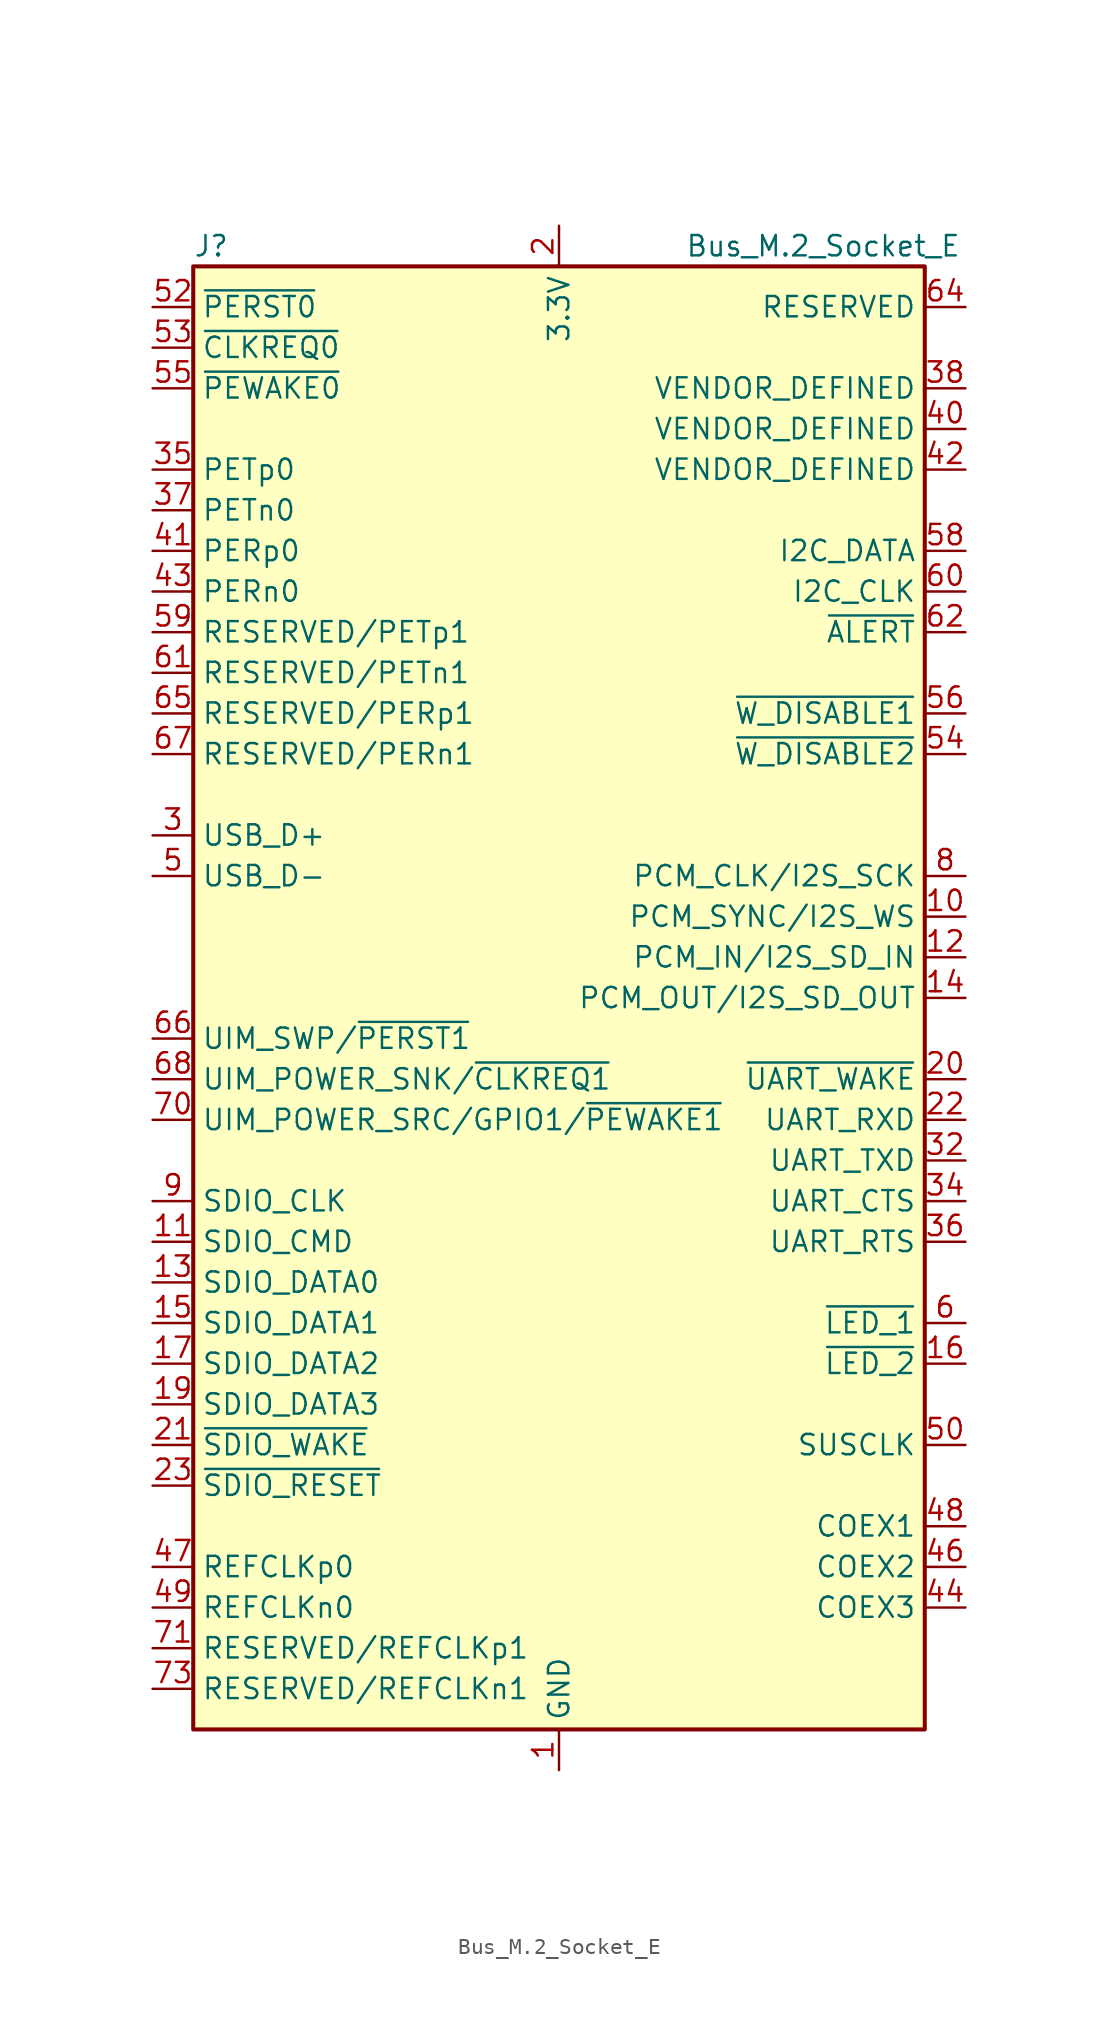
<source format=kicad_sym>
(kicad_symbol_lib
  (version 20220914)
  (generator kicad_symbol_editor)
  (symbol "Bus_M.2_Socket_E"
    (property "Reference" "J"
      (at -22.86 46.99 0)
      (effects (font (size 1.27 1.27)) (justify left)))
    (property "Value" "Bus_M.2_Socket_E"
      (at 16.51 46.99 0)
      (effects (font (size 1.27 1.27))))
    (symbol "Bus_M.2_Socket_E_0_1"
      (rectangle (start -22.86 45.72) (end 22.86 -45.72) (stroke (width 0.254) (type solid)) (fill (type background))))
    (symbol "Bus_M.2_Socket_E_1_1"
      (pin power_in line (at 0 -48.26 90) (length 2.54) (name "GND" (effects (font (size 1.27 1.27)))) (number "1" (effects (font (size 1.27 1.27)))))
      (pin bidirectional line (at 25.4 5.08 180) (length 2.54) (name "PCM_SYNC/I2S_WS" (effects (font (size 1.27 1.27)))) (number "10" (effects (font (size 1.27 1.27)))))
      (pin bidirectional line (at -25.4 -15.24 0) (length 2.54) (name "SDIO_CMD" (effects (font (size 1.27 1.27)))) (number "11" (effects (font (size 1.27 1.27)))))
      (pin input line (at 25.4 2.54 180) (length 2.54) (name "PCM_IN/I2S_SD_IN" (effects (font (size 1.27 1.27)))) (number "12" (effects (font (size 1.27 1.27)))))
      (pin bidirectional line (at -25.4 -17.78 0) (length 2.54) (name "SDIO_DATA0" (effects (font (size 1.27 1.27)))) (number "13" (effects (font (size 1.27 1.27)))))
      (pin output line (at 25.4 0 180) (length 2.54) (name "PCM_OUT/I2S_SD_OUT" (effects (font (size 1.27 1.27)))) (number "14" (effects (font (size 1.27 1.27)))))
      (pin bidirectional line (at -25.4 -20.32 0) (length 2.54) (name "SDIO_DATA1" (effects (font (size 1.27 1.27)))) (number "15" (effects (font (size 1.27 1.27)))))
      (pin open_collector line (at 25.4 -22.86 180) (length 2.54) (name "~{LED_2}" (effects (font (size 1.27 1.27)))) (number "16" (effects (font (size 1.27 1.27)))))
      (pin bidirectional line (at -25.4 -22.86 0) (length 2.54) (name "SDIO_DATA2" (effects (font (size 1.27 1.27)))) (number "17" (effects (font (size 1.27 1.27)))))
      (pin passive line (at 0 -48.26 90) (length 2.54) hide (name "GND" (effects (font (size 1.27 1.27)))) (number "18" (effects (font (size 1.27 1.27)))))
      (pin bidirectional line (at -25.4 -25.4 0) (length 2.54) (name "SDIO_DATA3" (effects (font (size 1.27 1.27)))) (number "19" (effects (font (size 1.27 1.27)))))
      (pin power_in line (at 0 48.26 270) (length 2.54) (name "3.3V" (effects (font (size 1.27 1.27)))) (number "2" (effects (font (size 1.27 1.27)))))
      (pin input line (at 25.4 -5.08 180) (length 2.54) (name "~{UART_WAKE}" (effects (font (size 1.27 1.27)))) (number "20" (effects (font (size 1.27 1.27)))))
      (pin input line (at -25.4 -27.94 0) (length 2.54) (name "~{SDIO_WAKE}" (effects (font (size 1.27 1.27)))) (number "21" (effects (font (size 1.27 1.27)))))
      (pin input line (at 25.4 -7.62 180) (length 2.54) (name "UART_RXD" (effects (font (size 1.27 1.27)))) (number "22" (effects (font (size 1.27 1.27)))))
      (pin output line (at -25.4 -30.48 0) (length 2.54) (name "~{SDIO_RESET}" (effects (font (size 1.27 1.27)))) (number "23" (effects (font (size 1.27 1.27)))))
      (pin bidirectional line (at -25.4 10.16 0) (length 2.54) (name "USB_D+" (effects (font (size 1.27 1.27)))) (number "3" (effects (font (size 1.27 1.27)))))
      (pin output line (at 25.4 -10.16 180) (length 2.54) (name "UART_TXD" (effects (font (size 1.27 1.27)))) (number "32" (effects (font (size 1.27 1.27)))))
      (pin passive line (at 0 -48.26 90) (length 2.54) hide (name "GND" (effects (font (size 1.27 1.27)))) (number "33" (effects (font (size 1.27 1.27)))))
      (pin input line (at 25.4 -12.7 180) (length 2.54) (name "UART_CTS" (effects (font (size 1.27 1.27)))) (number "34" (effects (font (size 1.27 1.27)))))
      (pin output line (at -25.4 33.02 0) (length 2.54) (name "PETp0" (effects (font (size 1.27 1.27)))) (number "35" (effects (font (size 1.27 1.27)))))
      (pin output line (at 25.4 -15.24 180) (length 2.54) (name "UART_RTS" (effects (font (size 1.27 1.27)))) (number "36" (effects (font (size 1.27 1.27)))))
      (pin output line (at -25.4 30.48 0) (length 2.54) (name "PETn0" (effects (font (size 1.27 1.27)))) (number "37" (effects (font (size 1.27 1.27)))))
      (pin passive line (at 25.4 38.1 180) (length 2.54) (name "VENDOR_DEFINED" (effects (font (size 1.27 1.27)))) (number "38" (effects (font (size 1.27 1.27)))))
      (pin passive line (at 0 -48.26 90) (length 2.54) hide (name "GND" (effects (font (size 1.27 1.27)))) (number "39" (effects (font (size 1.27 1.27)))))
      (pin passive line (at 0 48.26 270) (length 2.54) hide (name "3.3V" (effects (font (size 1.27 1.27)))) (number "4" (effects (font (size 1.27 1.27)))))
      (pin passive line (at 25.4 35.56 180) (length 2.54) (name "VENDOR_DEFINED" (effects (font (size 1.27 1.27)))) (number "40" (effects (font (size 1.27 1.27)))))
      (pin input line (at -25.4 27.94 0) (length 2.54) (name "PERp0" (effects (font (size 1.27 1.27)))) (number "41" (effects (font (size 1.27 1.27)))))
      (pin passive line (at 25.4 33.02 180) (length 2.54) (name "VENDOR_DEFINED" (effects (font (size 1.27 1.27)))) (number "42" (effects (font (size 1.27 1.27)))))
      (pin input line (at -25.4 25.4 0) (length 2.54) (name "PERn0" (effects (font (size 1.27 1.27)))) (number "43" (effects (font (size 1.27 1.27)))))
      (pin bidirectional line (at 25.4 -38.1 180) (length 2.54) (name "COEX3" (effects (font (size 1.27 1.27)))) (number "44" (effects (font (size 1.27 1.27)))))
      (pin passive line (at 0 -48.26 90) (length 2.54) hide (name "GND" (effects (font (size 1.27 1.27)))) (number "45" (effects (font (size 1.27 1.27)))))
      (pin bidirectional line (at 25.4 -35.56 180) (length 2.54) (name "COEX2" (effects (font (size 1.27 1.27)))) (number "46" (effects (font (size 1.27 1.27)))))
      (pin output line (at -25.4 -35.56 0) (length 2.54) (name "REFCLKp0" (effects (font (size 1.27 1.27)))) (number "47" (effects (font (size 1.27 1.27)))))
      (pin bidirectional line (at 25.4 -33.02 180) (length 2.54) (name "COEX1" (effects (font (size 1.27 1.27)))) (number "48" (effects (font (size 1.27 1.27)))))
      (pin output line (at -25.4 -38.1 0) (length 2.54) (name "REFCLKn0" (effects (font (size 1.27 1.27)))) (number "49" (effects (font (size 1.27 1.27)))))
      (pin bidirectional line (at -25.4 7.62 0) (length 2.54) (name "USB_D-" (effects (font (size 1.27 1.27)))) (number "5" (effects (font (size 1.27 1.27)))))
      (pin output line (at 25.4 -27.94 180) (length 2.54) (name "SUSCLK" (effects (font (size 1.27 1.27)))) (number "50" (effects (font (size 1.27 1.27)))))
      (pin passive line (at 0 -48.26 90) (length 2.54) hide (name "GND" (effects (font (size 1.27 1.27)))) (number "51" (effects (font (size 1.27 1.27)))))
      (pin output line (at -25.4 43.18 0) (length 2.54) (name "~{PERST0}" (effects (font (size 1.27 1.27)))) (number "52" (effects (font (size 1.27 1.27)))))
      (pin bidirectional line (at -25.4 40.64 0) (length 2.54) (name "~{CLKREQ0}" (effects (font (size 1.27 1.27)))) (number "53" (effects (font (size 1.27 1.27)))))
      (pin output line (at 25.4 15.24 180) (length 2.54) (name "~{W_DISABLE2}" (effects (font (size 1.27 1.27)))) (number "54" (effects (font (size 1.27 1.27)))))
      (pin bidirectional line (at -25.4 38.1 0) (length 2.54) (name "~{PEWAKE0}" (effects (font (size 1.27 1.27)))) (number "55" (effects (font (size 1.27 1.27)))))
      (pin output line (at 25.4 17.78 180) (length 2.54) (name "~{W_DISABLE1}" (effects (font (size 1.27 1.27)))) (number "56" (effects (font (size 1.27 1.27)))))
      (pin passive line (at 0 -48.26 90) (length 2.54) hide (name "GND" (effects (font (size 1.27 1.27)))) (number "57" (effects (font (size 1.27 1.27)))))
      (pin bidirectional line (at 25.4 27.94 180) (length 2.54) (name "I2C_DATA" (effects (font (size 1.27 1.27)))) (number "58" (effects (font (size 1.27 1.27)))))
      (pin output line (at -25.4 22.86 0) (length 2.54) (name "RESERVED/PETp1" (effects (font (size 1.27 1.27)))) (number "59" (effects (font (size 1.27 1.27)))))
      (pin open_collector line (at 25.4 -20.32 180) (length 2.54) (name "~{LED_1}" (effects (font (size 1.27 1.27)))) (number "6" (effects (font (size 1.27 1.27)))))
      (pin output line (at 25.4 25.4 180) (length 2.54) (name "I2C_CLK" (effects (font (size 1.27 1.27)))) (number "60" (effects (font (size 1.27 1.27)))))
      (pin output line (at -25.4 20.32 0) (length 2.54) (name "RESERVED/PETn1" (effects (font (size 1.27 1.27)))) (number "61" (effects (font (size 1.27 1.27)))))
      (pin input line (at 25.4 22.86 180) (length 2.54) (name "~{ALERT}" (effects (font (size 1.27 1.27)))) (number "62" (effects (font (size 1.27 1.27)))))
      (pin passive line (at 0 -48.26 90) (length 2.54) hide (name "GND" (effects (font (size 1.27 1.27)))) (number "63" (effects (font (size 1.27 1.27)))))
      (pin passive line (at 25.4 43.18 180) (length 2.54) (name "RESERVED" (effects (font (size 1.27 1.27)))) (number "64" (effects (font (size 1.27 1.27)))))
      (pin input line (at -25.4 17.78 0) (length 2.54) (name "RESERVED/PERp1" (effects (font (size 1.27 1.27)))) (number "65" (effects (font (size 1.27 1.27)))))
      (pin output line (at -25.4 -2.54 0) (length 2.54) (name "UIM_SWP/~{PERST1}" (effects (font (size 1.27 1.27)))) (number "66" (effects (font (size 1.27 1.27)))))
      (pin input line (at -25.4 15.24 0) (length 2.54) (name "RESERVED/PERn1" (effects (font (size 1.27 1.27)))) (number "67" (effects (font (size 1.27 1.27)))))
      (pin bidirectional line (at -25.4 -5.08 0) (length 2.54) (name "UIM_POWER_SNK/~{CLKREQ1}" (effects (font (size 1.27 1.27)))) (number "68" (effects (font (size 1.27 1.27)))))
      (pin passive line (at 0 -48.26 90) (length 2.54) hide (name "GND" (effects (font (size 1.27 1.27)))) (number "69" (effects (font (size 1.27 1.27)))))
      (pin passive line (at 0 -48.26 90) (length 2.54) hide (name "GND" (effects (font (size 1.27 1.27)))) (number "7" (effects (font (size 1.27 1.27)))))
      (pin bidirectional line (at -25.4 -7.62 0) (length 2.54) (name "UIM_POWER_SRC/GPIO1/~{PEWAKE1}" (effects (font (size 1.27 1.27)))) (number "70" (effects (font (size 1.27 1.27)))))
      (pin output line (at -25.4 -40.64 0) (length 2.54) (name "RESERVED/REFCLKp1" (effects (font (size 1.27 1.27)))) (number "71" (effects (font (size 1.27 1.27)))))
      (pin passive line (at 0 48.26 270) (length 2.54) hide (name "3.3V" (effects (font (size 1.27 1.27)))) (number "72" (effects (font (size 1.27 1.27)))))
      (pin output line (at -25.4 -43.18 0) (length 2.54) (name "RESERVED/REFCLKn1" (effects (font (size 1.27 1.27)))) (number "73" (effects (font (size 1.27 1.27)))))
      (pin passive line (at 0 48.26 270) (length 2.54) hide (name "3.3V" (effects (font (size 1.27 1.27)))) (number "74" (effects (font (size 1.27 1.27)))))
      (pin passive line (at 0 -48.26 90) (length 2.54) hide (name "GND" (effects (font (size 1.27 1.27)))) (number "75" (effects (font (size 1.27 1.27)))))
      (pin bidirectional line (at 25.4 7.62 180) (length 2.54) (name "PCM_CLK/I2S_SCK" (effects (font (size 1.27 1.27)))) (number "8" (effects (font (size 1.27 1.27)))))
      (pin output line (at -25.4 -12.7 0) (length 2.54) (name "SDIO_CLK" (effects (font (size 1.27 1.27)))) (number "9" (effects (font (size 1.27 1.27))))))))
</source>
